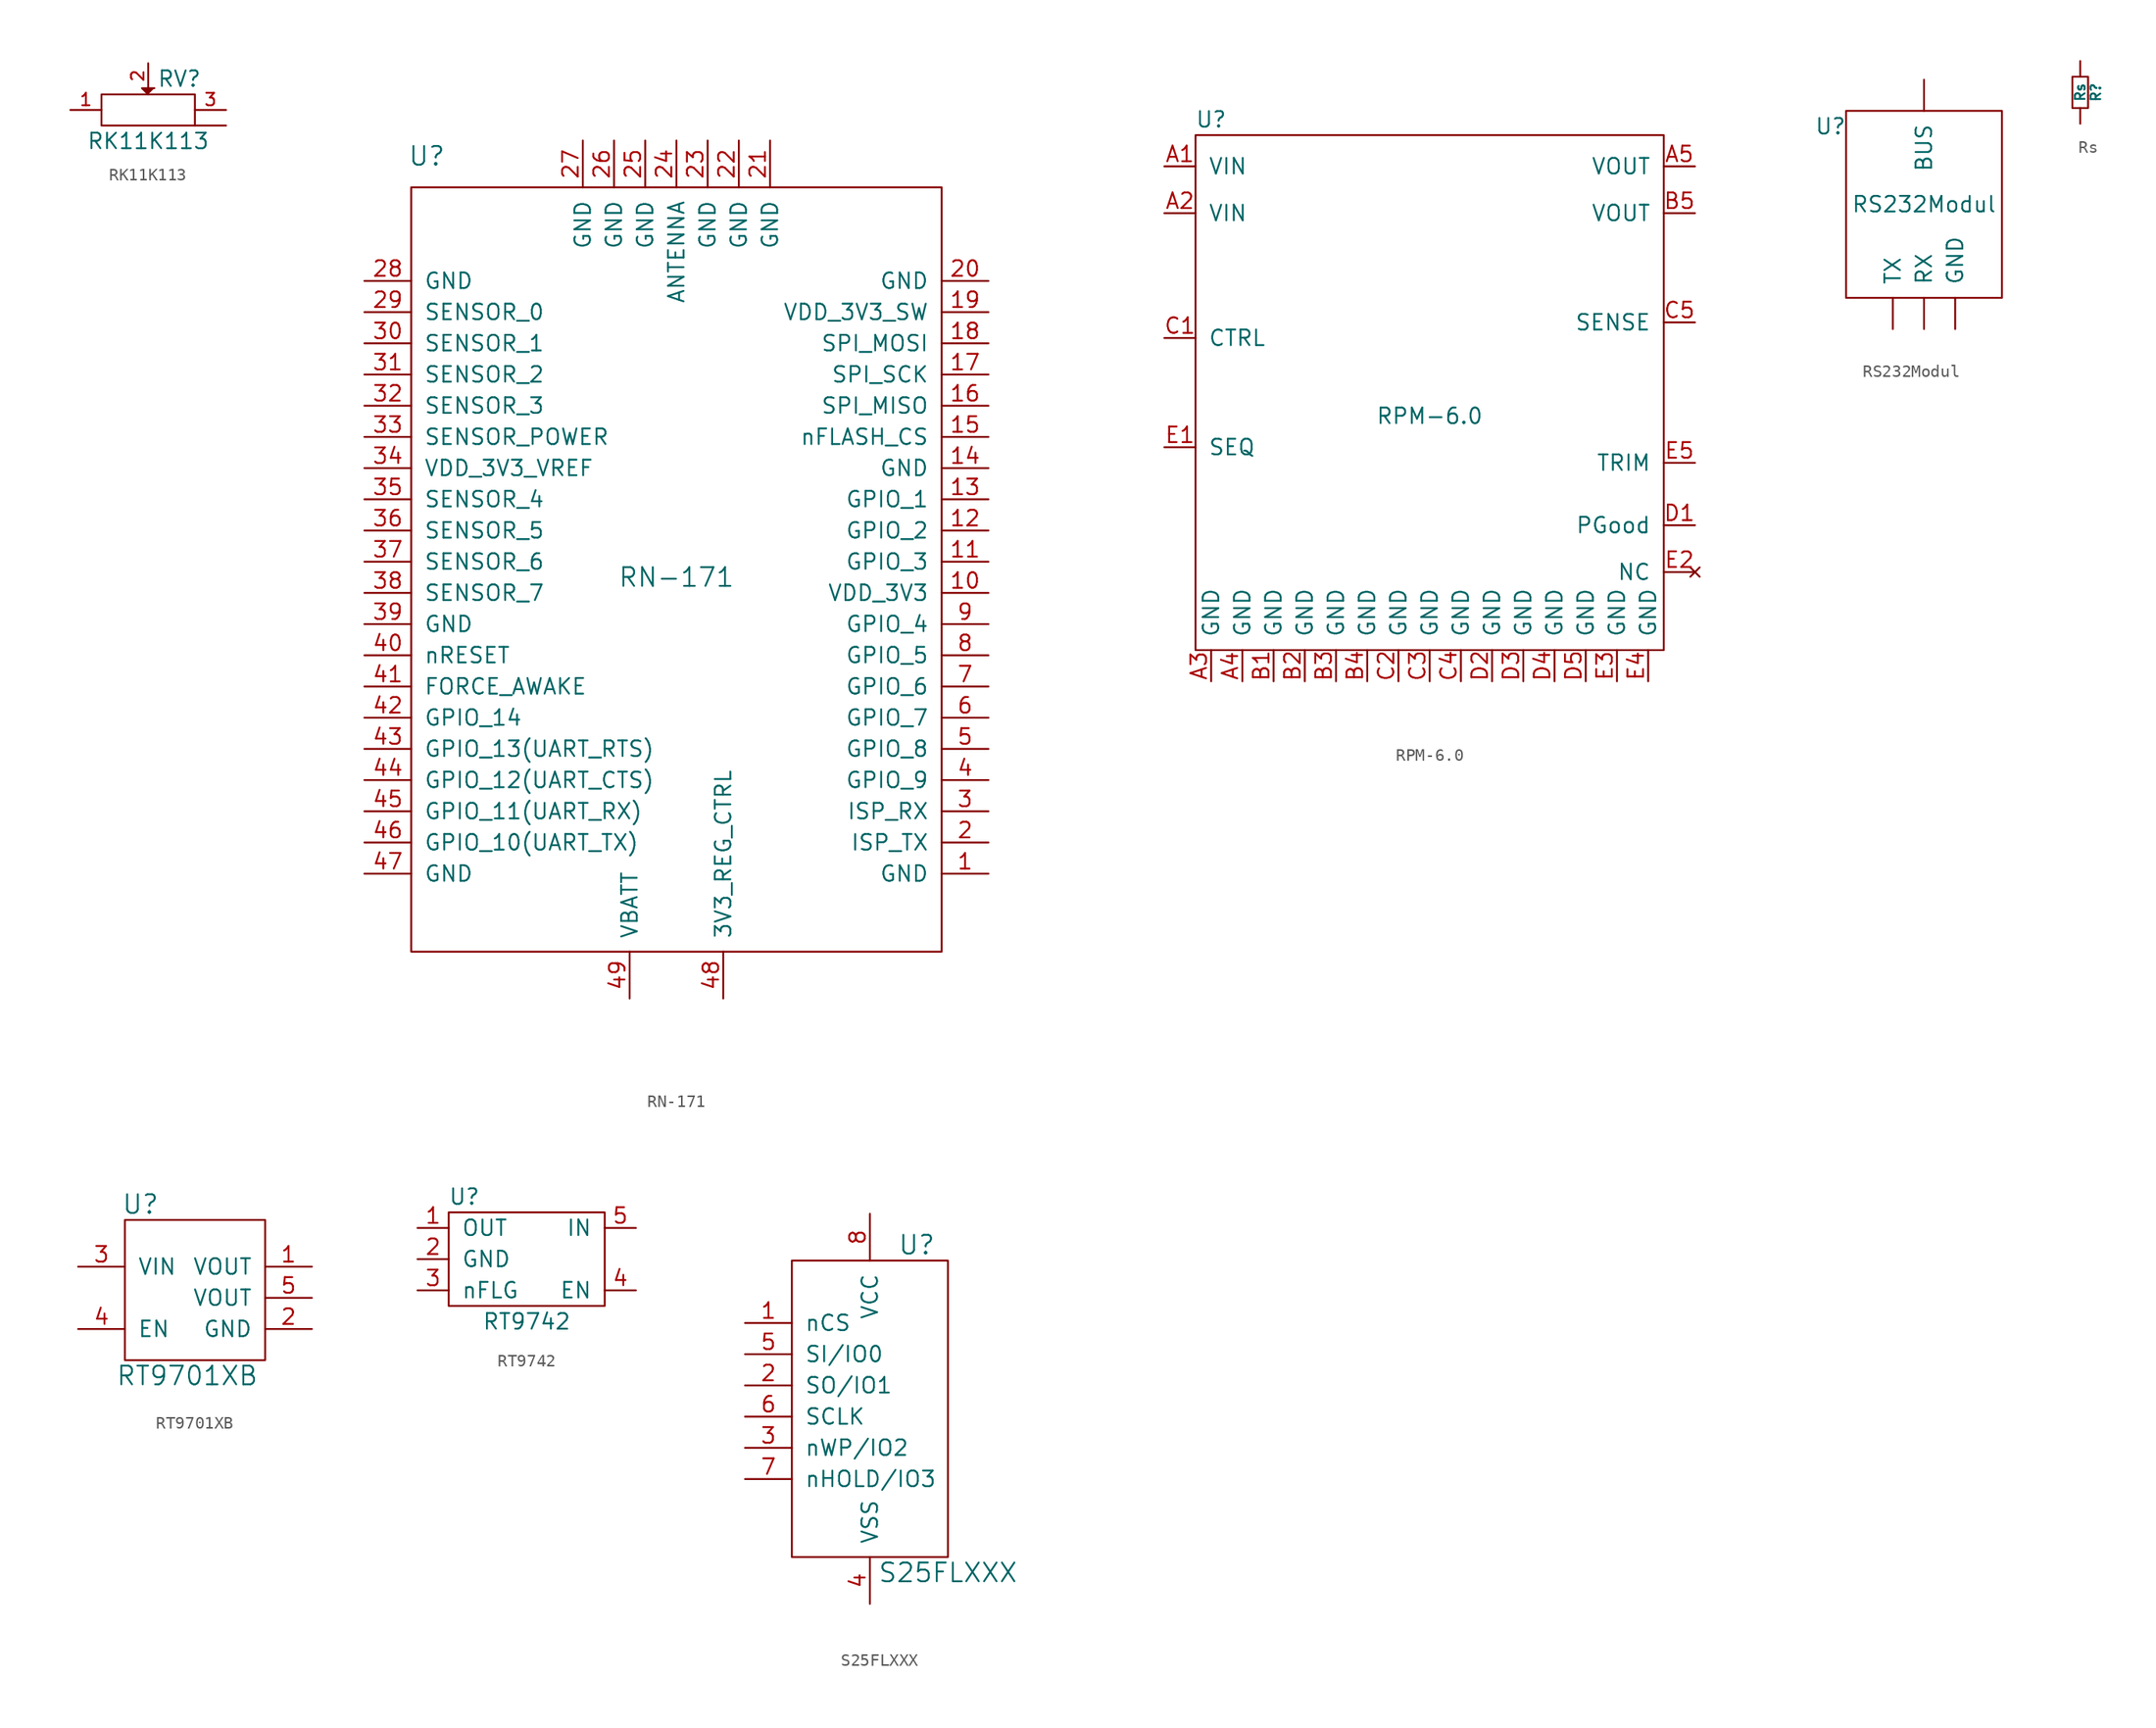
<source format=kicad_sym>
(kicad_symbol_lib
  (version 20211014)
  (generator kicad_symbol_editor)
  (symbol "RK11K113"
    (pin_names
      (offset 1.016) hide)
    (property "Reference" "RV"
      (at 2.54 2.54 0)
      (effects (font (size 1.27 1.27))))
    (property "Value" "RK11K113"
      (at 0 -2.54 0)
      (effects (font (size 1.27 1.27))))
    (property "Footprint" ""
      (at 0 0 0)
      (effects (font (size 1.524 1.524))))
    (property "Datasheet" ""
      (at 0 0 0)
      (effects (font (size 1.524 1.524))))
    (symbol "RK11K113_0_1"
      (rectangle (start -3.81 1.27) (end 3.81 -1.27) (stroke (width 0) (type default) (color 0 0 0 0)) (fill (type none)))
      (polyline (pts (xy 0 1.27) (xy -0.508 1.778) (xy 0.508 1.778)) (stroke (width 0) (type default) (color 0 0 0 0)) (fill (type outline))))
    (symbol "RK11K113_1_1"
      (pin passive line (at -6.35 0 0) (length 2.54) (name "1" (effects (font (size 1.016 1.016)))) (number "1" (effects (font (size 1.016 1.016)))))
      (pin passive line (at 0 3.81 270) (length 2.032) (name "2" (effects (font (size 1.016 1.016)))) (number "2" (effects (font (size 1.016 1.016)))))
      (pin passive line (at 6.35 0 180) (length 2.54) (name "3" (effects (font (size 1.016 1.016)))) (number "3" (effects (font (size 1.016 1.016)))))
      (pin passive line (at 6.35 -1.27 180) (length 2.54) (name "4" (effects (font (size 1.27 1.27)))) (number "~" (effects (font (size 1.27 1.27)))))))
  (symbol "RN-171"
    (pin_names
      (offset 1.016))
    (property "Reference" "U"
      (at -20.32 34.29 0)
      (effects (font (size 1.524 1.524))))
    (property "Value" "RN-171"
      (at 0 0 0)
      (effects (font (size 1.524 1.524))))
    (property "Footprint" ""
      (at 0 0 0)
      (effects (font (size 1.524 1.524))))
    (property "Datasheet" ""
      (at 0 0 0)
      (effects (font (size 1.524 1.524))))
    (symbol "RN-171_0_1"
      (rectangle (start -21.59 31.75) (end 21.59 -30.48) (stroke (width 0) (type default) (color 0 0 0 0)) (fill (type none))))
    (symbol "RN-171_1_1"
      (pin passive line (at 25.4 -24.13 180) (length 3.81) (name "GND" (effects (font (size 1.27 1.27)))) (number "1" (effects (font (size 1.27 1.27)))))
      (pin passive line (at 25.4 -1.27 180) (length 3.81) (name "VDD_3V3" (effects (font (size 1.27 1.27)))) (number "10" (effects (font (size 1.27 1.27)))))
      (pin passive line (at 25.4 1.27 180) (length 3.81) (name "GPIO_3" (effects (font (size 1.27 1.27)))) (number "11" (effects (font (size 1.27 1.27)))))
      (pin passive line (at 25.4 3.81 180) (length 3.81) (name "GPIO_2" (effects (font (size 1.27 1.27)))) (number "12" (effects (font (size 1.27 1.27)))))
      (pin passive line (at 25.4 6.35 180) (length 3.81) (name "GPIO_1" (effects (font (size 1.27 1.27)))) (number "13" (effects (font (size 1.27 1.27)))))
      (pin passive line (at 25.4 8.89 180) (length 3.81) (name "GND" (effects (font (size 1.27 1.27)))) (number "14" (effects (font (size 1.27 1.27)))))
      (pin passive line (at 25.4 11.43 180) (length 3.81) (name "nFLASH_CS" (effects (font (size 1.27 1.27)))) (number "15" (effects (font (size 1.27 1.27)))))
      (pin passive line (at 25.4 13.97 180) (length 3.81) (name "SPI_MISO" (effects (font (size 1.27 1.27)))) (number "16" (effects (font (size 1.27 1.27)))))
      (pin passive line (at 25.4 16.51 180) (length 3.81) (name "SPI_SCK" (effects (font (size 1.27 1.27)))) (number "17" (effects (font (size 1.27 1.27)))))
      (pin passive line (at 25.4 19.05 180) (length 3.81) (name "SPI_MOSI" (effects (font (size 1.27 1.27)))) (number "18" (effects (font (size 1.27 1.27)))))
      (pin passive line (at 25.4 21.59 180) (length 3.81) (name "VDD_3V3_SW" (effects (font (size 1.27 1.27)))) (number "19" (effects (font (size 1.27 1.27)))))
      (pin passive line (at 25.4 -21.59 180) (length 3.81) (name "ISP_TX" (effects (font (size 1.27 1.27)))) (number "2" (effects (font (size 1.27 1.27)))))
      (pin passive line (at 25.4 24.13 180) (length 3.81) (name "GND" (effects (font (size 1.27 1.27)))) (number "20" (effects (font (size 1.27 1.27)))))
      (pin passive line (at 7.62 35.56 270) (length 3.81) (name "GND" (effects (font (size 1.27 1.27)))) (number "21" (effects (font (size 1.27 1.27)))))
      (pin passive line (at 5.08 35.56 270) (length 3.81) (name "GND" (effects (font (size 1.27 1.27)))) (number "22" (effects (font (size 1.27 1.27)))))
      (pin passive line (at 2.54 35.56 270) (length 3.81) (name "GND" (effects (font (size 1.27 1.27)))) (number "23" (effects (font (size 1.27 1.27)))))
      (pin passive line (at 0 35.56 270) (length 3.81) (name "ANTENNA" (effects (font (size 1.27 1.27)))) (number "24" (effects (font (size 1.27 1.27)))))
      (pin passive line (at -2.54 35.56 270) (length 3.81) (name "GND" (effects (font (size 1.27 1.27)))) (number "25" (effects (font (size 1.27 1.27)))))
      (pin passive line (at -5.08 35.56 270) (length 3.81) (name "GND" (effects (font (size 1.27 1.27)))) (number "26" (effects (font (size 1.27 1.27)))))
      (pin passive line (at -7.62 35.56 270) (length 3.81) (name "GND" (effects (font (size 1.27 1.27)))) (number "27" (effects (font (size 1.27 1.27)))))
      (pin passive line (at -25.4 24.13 0) (length 3.81) (name "GND" (effects (font (size 1.27 1.27)))) (number "28" (effects (font (size 1.27 1.27)))))
      (pin passive line (at -25.4 21.59 0) (length 3.81) (name "SENSOR_0" (effects (font (size 1.27 1.27)))) (number "29" (effects (font (size 1.27 1.27)))))
      (pin passive line (at 25.4 -19.05 180) (length 3.81) (name "ISP_RX" (effects (font (size 1.27 1.27)))) (number "3" (effects (font (size 1.27 1.27)))))
      (pin passive line (at -25.4 19.05 0) (length 3.81) (name "SENSOR_1" (effects (font (size 1.27 1.27)))) (number "30" (effects (font (size 1.27 1.27)))))
      (pin passive line (at -25.4 16.51 0) (length 3.81) (name "SENSOR_2" (effects (font (size 1.27 1.27)))) (number "31" (effects (font (size 1.27 1.27)))))
      (pin passive line (at -25.4 13.97 0) (length 3.81) (name "SENSOR_3" (effects (font (size 1.27 1.27)))) (number "32" (effects (font (size 1.27 1.27)))))
      (pin passive line (at -25.4 11.43 0) (length 3.81) (name "SENSOR_POWER" (effects (font (size 1.27 1.27)))) (number "33" (effects (font (size 1.27 1.27)))))
      (pin passive line (at -25.4 8.89 0) (length 3.81) (name "VDD_3V3_VREF" (effects (font (size 1.27 1.27)))) (number "34" (effects (font (size 1.27 1.27)))))
      (pin passive line (at -25.4 6.35 0) (length 3.81) (name "SENSOR_4" (effects (font (size 1.27 1.27)))) (number "35" (effects (font (size 1.27 1.27)))))
      (pin passive line (at -25.4 3.81 0) (length 3.81) (name "SENSOR_5" (effects (font (size 1.27 1.27)))) (number "36" (effects (font (size 1.27 1.27)))))
      (pin passive line (at -25.4 1.27 0) (length 3.81) (name "SENSOR_6" (effects (font (size 1.27 1.27)))) (number "37" (effects (font (size 1.27 1.27)))))
      (pin passive line (at -25.4 -1.27 0) (length 3.81) (name "SENSOR_7" (effects (font (size 1.27 1.27)))) (number "38" (effects (font (size 1.27 1.27)))))
      (pin passive line (at -25.4 -3.81 0) (length 3.81) (name "GND" (effects (font (size 1.27 1.27)))) (number "39" (effects (font (size 1.27 1.27)))))
      (pin passive line (at 25.4 -16.51 180) (length 3.81) (name "GPIO_9" (effects (font (size 1.27 1.27)))) (number "4" (effects (font (size 1.27 1.27)))))
      (pin passive line (at -25.4 -6.35 0) (length 3.81) (name "nRESET" (effects (font (size 1.27 1.27)))) (number "40" (effects (font (size 1.27 1.27)))))
      (pin passive line (at -25.4 -8.89 0) (length 3.81) (name "FORCE_AWAKE" (effects (font (size 1.27 1.27)))) (number "41" (effects (font (size 1.27 1.27)))))
      (pin passive line (at -25.4 -11.43 0) (length 3.81) (name "GPIO_14" (effects (font (size 1.27 1.27)))) (number "42" (effects (font (size 1.27 1.27)))))
      (pin passive line (at -25.4 -13.97 0) (length 3.81) (name "GPIO_13(UART_RTS)" (effects (font (size 1.27 1.27)))) (number "43" (effects (font (size 1.27 1.27)))))
      (pin passive line (at -25.4 -16.51 0) (length 3.81) (name "GPIO_12(UART_CTS)" (effects (font (size 1.27 1.27)))) (number "44" (effects (font (size 1.27 1.27)))))
      (pin passive line (at -25.4 -19.05 0) (length 3.81) (name "GPIO_11(UART_RX)" (effects (font (size 1.27 1.27)))) (number "45" (effects (font (size 1.27 1.27)))))
      (pin passive line (at -25.4 -21.59 0) (length 3.81) (name "GPIO_10(UART_TX)" (effects (font (size 1.27 1.27)))) (number "46" (effects (font (size 1.27 1.27)))))
      (pin passive line (at -25.4 -24.13 0) (length 3.81) (name "GND" (effects (font (size 1.27 1.27)))) (number "47" (effects (font (size 1.27 1.27)))))
      (pin passive line (at 3.81 -34.29 90) (length 3.81) (name "3V3_REG_CTRL" (effects (font (size 1.27 1.27)))) (number "48" (effects (font (size 1.27 1.27)))))
      (pin passive line (at -3.81 -34.29 90) (length 3.81) (name "VBATT" (effects (font (size 1.27 1.27)))) (number "49" (effects (font (size 1.27 1.27)))))
      (pin passive line (at 25.4 -13.97 180) (length 3.81) (name "GPIO_8" (effects (font (size 1.27 1.27)))) (number "5" (effects (font (size 1.27 1.27)))))
      (pin passive line (at 25.4 -11.43 180) (length 3.81) (name "GPIO_7" (effects (font (size 1.27 1.27)))) (number "6" (effects (font (size 1.27 1.27)))))
      (pin passive line (at 25.4 -8.89 180) (length 3.81) (name "GPIO_6" (effects (font (size 1.27 1.27)))) (number "7" (effects (font (size 1.27 1.27)))))
      (pin passive line (at 25.4 -6.35 180) (length 3.81) (name "GPIO_5" (effects (font (size 1.27 1.27)))) (number "8" (effects (font (size 1.27 1.27)))))
      (pin passive line (at 25.4 -3.81 180) (length 3.81) (name "GPIO_4" (effects (font (size 1.27 1.27)))) (number "9" (effects (font (size 1.27 1.27)))))))
  (symbol "RPM-6.0"
    (pin_names
      (offset 1.016))
    (property "Reference" "U"
      (at -17.78 24.13 0)
      (effects (font (size 1.27 1.27))))
    (property "Value" "RPM-6.0"
      (at 0 0 0)
      (effects (font (size 1.27 1.27))))
    (symbol "RPM-6.0_0_1"
      (rectangle (start -19.05 22.86) (end 19.05 -19.05) (stroke (width 0) (type default) (color 0 0 0 0)) (fill (type none))))
    (symbol "RPM-6.0_1_1"
      (pin passive line (at -21.59 20.32 0) (length 2.54) (name "VIN" (effects (font (size 1.27 1.27)))) (number "A1" (effects (font (size 1.27 1.27)))))
      (pin passive line (at -21.59 16.51 0) (length 2.54) (name "VIN" (effects (font (size 1.27 1.27)))) (number "A2" (effects (font (size 1.27 1.27)))))
      (pin passive line (at -17.78 -21.59 90) (length 2.54) (name "GND" (effects (font (size 1.27 1.27)))) (number "A3" (effects (font (size 1.27 1.27)))))
      (pin passive line (at -15.24 -21.59 90) (length 2.54) (name "GND" (effects (font (size 1.27 1.27)))) (number "A4" (effects (font (size 1.27 1.27)))))
      (pin passive line (at 21.59 20.32 180) (length 2.54) (name "VOUT" (effects (font (size 1.27 1.27)))) (number "A5" (effects (font (size 1.27 1.27)))))
      (pin passive line (at -12.7 -21.59 90) (length 2.54) (name "GND" (effects (font (size 1.27 1.27)))) (number "B1" (effects (font (size 1.27 1.27)))))
      (pin passive line (at -10.16 -21.59 90) (length 2.54) (name "GND" (effects (font (size 1.27 1.27)))) (number "B2" (effects (font (size 1.27 1.27)))))
      (pin passive line (at -7.62 -21.59 90) (length 2.54) (name "GND" (effects (font (size 1.27 1.27)))) (number "B3" (effects (font (size 1.27 1.27)))))
      (pin passive line (at -5.08 -21.59 90) (length 2.54) (name "GND" (effects (font (size 1.27 1.27)))) (number "B4" (effects (font (size 1.27 1.27)))))
      (pin passive line (at 21.59 16.51 180) (length 2.54) (name "VOUT" (effects (font (size 1.27 1.27)))) (number "B5" (effects (font (size 1.27 1.27)))))
      (pin passive line (at -21.59 6.35 0) (length 2.54) (name "CTRL" (effects (font (size 1.27 1.27)))) (number "C1" (effects (font (size 1.27 1.27)))))
      (pin passive line (at -2.54 -21.59 90) (length 2.54) (name "GND" (effects (font (size 1.27 1.27)))) (number "C2" (effects (font (size 1.27 1.27)))))
      (pin passive line (at 0 -21.59 90) (length 2.54) (name "GND" (effects (font (size 1.27 1.27)))) (number "C3" (effects (font (size 1.27 1.27)))))
      (pin passive line (at 2.54 -21.59 90) (length 2.54) (name "GND" (effects (font (size 1.27 1.27)))) (number "C4" (effects (font (size 1.27 1.27)))))
      (pin passive line (at 21.59 7.62 180) (length 2.54) (name "SENSE" (effects (font (size 1.27 1.27)))) (number "C5" (effects (font (size 1.27 1.27)))))
      (pin passive line (at 21.59 -8.89 180) (length 2.54) (name "PGood" (effects (font (size 1.27 1.27)))) (number "D1" (effects (font (size 1.27 1.27)))))
      (pin passive line (at 5.08 -21.59 90) (length 2.54) (name "GND" (effects (font (size 1.27 1.27)))) (number "D2" (effects (font (size 1.27 1.27)))))
      (pin passive line (at 7.62 -21.59 90) (length 2.54) (name "GND" (effects (font (size 1.27 1.27)))) (number "D3" (effects (font (size 1.27 1.27)))))
      (pin passive line (at 10.16 -21.59 90) (length 2.54) (name "GND" (effects (font (size 1.27 1.27)))) (number "D4" (effects (font (size 1.27 1.27)))))
      (pin passive line (at 12.7 -21.59 90) (length 2.54) (name "GND" (effects (font (size 1.27 1.27)))) (number "D5" (effects (font (size 1.27 1.27)))))
      (pin passive line (at -21.59 -2.54 0) (length 2.54) (name "SEQ" (effects (font (size 1.27 1.27)))) (number "E1" (effects (font (size 1.27 1.27)))))
      (pin no_connect line (at 21.59 -12.7 180) (length 2.54) (name "NC" (effects (font (size 1.27 1.27)))) (number "E2" (effects (font (size 1.27 1.27)))))
      (pin passive line (at 15.24 -21.59 90) (length 2.54) (name "GND" (effects (font (size 1.27 1.27)))) (number "E3" (effects (font (size 1.27 1.27)))))
      (pin passive line (at 17.78 -21.59 90) (length 2.54) (name "GND" (effects (font (size 1.27 1.27)))) (number "E4" (effects (font (size 1.27 1.27)))))
      (pin passive line (at 21.59 -3.81 180) (length 2.54) (name "TRIM" (effects (font (size 1.27 1.27)))) (number "E5" (effects (font (size 1.27 1.27)))))))
  (symbol "RS232Modul"
    (pin_names
      (offset 1.016))
    (property "Reference" "U"
      (at -7.62 10.16 0)
      (effects (font (size 1.27 1.27))))
    (property "Value" "RS232Modul"
      (at 0 3.81 0)
      (effects (font (size 1.27 1.27))))
    (symbol "RS232Modul_0_1"
      (rectangle (start -6.35 -3.81) (end 6.35 11.43) (stroke (width 0) (type default) (color 0 0 0 0)) (fill (type none))))
    (symbol "RS232Modul_1_1"
      (pin output line (at 0 13.97 270) (length 2.54) (name "BUS" (effects (font (size 1.27 1.27)))) (number "~" (effects (font (size 1.27 1.27)))))
      (pin output line (at 2.54 -6.35 90) (length 2.54) (name "GND" (effects (font (size 1.27 1.27)))) (number "~" (effects (font (size 1.27 1.27)))))
      (pin output line (at 0 -6.35 90) (length 2.54) (name "RX" (effects (font (size 1.27 1.27)))) (number "~" (effects (font (size 1.27 1.27)))))
      (pin output line (at -2.54 -6.35 90) (length 2.54) (name "TX" (effects (font (size 1.27 1.27)))) (number "~" (effects (font (size 1.27 1.27)))))))
  (symbol "Rs"
    (pin_numbers hide)
    (pin_names
      (offset 0))
    (property "Reference" "R"
      (at 1.27 0 90)
      (effects (font (size 0.787 0.787))))
    (property "Value" "Rs"
      (at 0 0 90)
      (effects (font (size 0.787 0.787))))
    (property "Footprint" ""
      (at 0 0 0)
      (effects (font (size 1.524 1.524))))
    (property "Datasheet" ""
      (at 0 0 0)
      (effects (font (size 1.524 1.524))))
    (symbol "Rs_0_1"
      (rectangle (start -0.635 1.27) (end 0.635 -1.27) (stroke (width 0) (type default) (color 0 0 0 0)) (fill (type none))))
    (symbol "Rs_1_1"
      (pin passive line (at 0 2.54 270) (length 1.27) (name "~" (effects (font (size 1.524 1.524)))) (number "1" (effects (font (size 1.524 1.524)))))
      (pin passive line (at 0 -2.54 90) (length 1.27) (name "~" (effects (font (size 1.524 1.524)))) (number "2" (effects (font (size 1.524 1.524)))))))
  (symbol "RT9701XB"
    (pin_names
      (offset 1.016))
    (property "Reference" "U"
      (at -3.81 5.08 0)
      (effects (font (size 1.524 1.524))))
    (property "Value" "RT9701XB"
      (at 0 -8.89 0)
      (effects (font (size 1.524 1.524))))
    (property "Footprint" ""
      (at 0 0 0)
      (effects (font (size 1.524 1.524))))
    (property "Datasheet" ""
      (at 0 0 0)
      (effects (font (size 1.524 1.524))))
    (symbol "RT9701XB_0_1"
      (rectangle (start -5.08 3.81) (end 6.35 -7.62) (stroke (width 0) (type default) (color 0 0 0 0)) (fill (type none))))
    (symbol "RT9701XB_1_1"
      (pin output line (at 10.16 0 180) (length 3.81) (name "VOUT" (effects (font (size 1.27 1.27)))) (number "1" (effects (font (size 1.27 1.27)))))
      (pin passive line (at 10.16 -5.08 180) (length 3.81) (name "GND" (effects (font (size 1.27 1.27)))) (number "2" (effects (font (size 1.27 1.27)))))
      (pin input line (at -8.89 0 0) (length 3.81) (name "VIN" (effects (font (size 1.27 1.27)))) (number "3" (effects (font (size 1.27 1.27)))))
      (pin input line (at -8.89 -5.08 0) (length 3.81) (name "EN" (effects (font (size 1.27 1.27)))) (number "4" (effects (font (size 1.27 1.27)))))
      (pin passive line (at 10.16 -2.54 180) (length 3.81) (name "VOUT" (effects (font (size 1.27 1.27)))) (number "5" (effects (font (size 1.27 1.27)))))))
  (symbol "RT9742"
    (pin_names
      (offset 1.016))
    (property "Reference" "U"
      (at -5.08 10.16 0)
      (effects (font (size 1.27 1.27))))
    (property "Value" "RT9742"
      (at 0 0 0)
      (effects (font (size 1.27 1.27))))
    (symbol "RT9742_0_1"
      (rectangle (start -6.35 8.89) (end 6.35 1.27) (stroke (width 0) (type default) (color 0 0 0 0)) (fill (type none))))
    (symbol "RT9742_1_1"
      (pin passive line (at -8.89 7.62 0) (length 2.54) (name "OUT" (effects (font (size 1.27 1.27)))) (number "1" (effects (font (size 1.27 1.27)))))
      (pin passive line (at -8.89 5.08 0) (length 2.54) (name "GND" (effects (font (size 1.27 1.27)))) (number "2" (effects (font (size 1.27 1.27)))))
      (pin passive line (at -8.89 2.54 0) (length 2.54) (name "nFLG" (effects (font (size 1.27 1.27)))) (number "3" (effects (font (size 1.27 1.27)))))
      (pin passive line (at 8.89 2.54 180) (length 2.54) (name "EN" (effects (font (size 1.27 1.27)))) (number "4" (effects (font (size 1.27 1.27)))))
      (pin passive line (at 8.89 7.62 180) (length 2.54) (name "IN" (effects (font (size 1.27 1.27)))) (number "5" (effects (font (size 1.27 1.27)))))))
  (symbol "S25FLXXX"
    (pin_names
      (offset 1.016))
    (property "Reference" "U"
      (at 3.81 12.7 0)
      (effects (font (size 1.524 1.524))))
    (property "Value" "S25FLXXX"
      (at 6.35 -13.97 0)
      (effects (font (size 1.524 1.524))))
    (property "Footprint" ""
      (at 0 5.08 0)
      (effects (font (size 1.524 1.524))))
    (property "Datasheet" ""
      (at 0 5.08 0)
      (effects (font (size 1.524 1.524))))
    (symbol "S25FLXXX_0_1"
      (rectangle (start -6.35 11.43) (end 6.35 -12.7) (stroke (width 0) (type default) (color 0 0 0 0)) (fill (type none))))
    (symbol "S25FLXXX_1_1"
      (pin passive line (at -10.16 6.35 0) (length 3.81) (name "nCS" (effects (font (size 1.27 1.27)))) (number "1" (effects (font (size 1.27 1.27)))))
      (pin passive line (at -10.16 1.27 0) (length 3.81) (name "SO/IO1" (effects (font (size 1.27 1.27)))) (number "2" (effects (font (size 1.27 1.27)))))
      (pin passive line (at -10.16 -3.81 0) (length 3.81) (name "nWP/IO2" (effects (font (size 1.27 1.27)))) (number "3" (effects (font (size 1.27 1.27)))))
      (pin passive line (at 0 -16.51 90) (length 3.81) (name "VSS" (effects (font (size 1.27 1.27)))) (number "4" (effects (font (size 1.27 1.27)))))
      (pin passive line (at -10.16 3.81 0) (length 3.81) (name "SI/IO0" (effects (font (size 1.27 1.27)))) (number "5" (effects (font (size 1.27 1.27)))))
      (pin passive line (at -10.16 -1.27 0) (length 3.81) (name "SCLK" (effects (font (size 1.27 1.27)))) (number "6" (effects (font (size 1.27 1.27)))))
      (pin passive line (at -10.16 -6.35 0) (length 3.81) (name "nHOLD/IO3" (effects (font (size 1.27 1.27)))) (number "7" (effects (font (size 1.27 1.27)))))
      (pin passive line (at 0 15.24 270) (length 3.81) (name "VCC" (effects (font (size 1.27 1.27)))) (number "8" (effects (font (size 1.27 1.27))))))))
</source>
